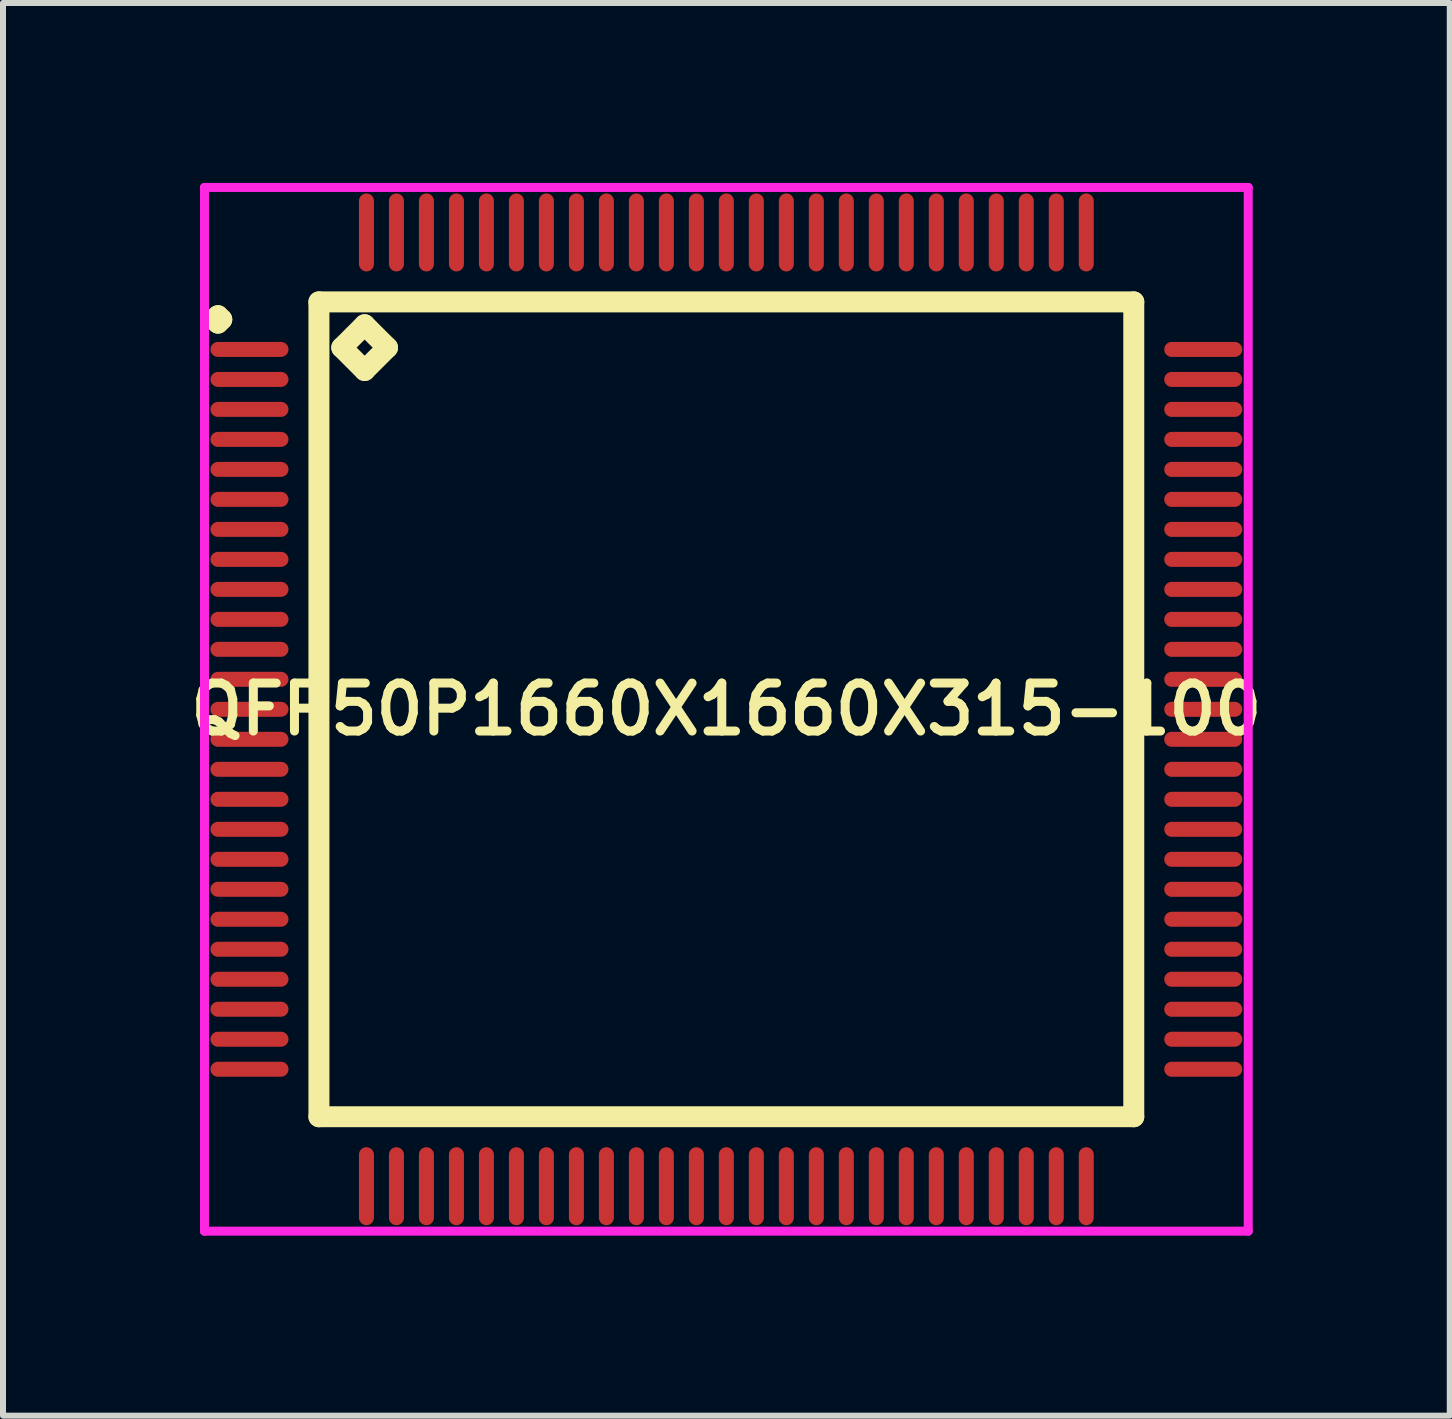
<source format=kicad_pcb>
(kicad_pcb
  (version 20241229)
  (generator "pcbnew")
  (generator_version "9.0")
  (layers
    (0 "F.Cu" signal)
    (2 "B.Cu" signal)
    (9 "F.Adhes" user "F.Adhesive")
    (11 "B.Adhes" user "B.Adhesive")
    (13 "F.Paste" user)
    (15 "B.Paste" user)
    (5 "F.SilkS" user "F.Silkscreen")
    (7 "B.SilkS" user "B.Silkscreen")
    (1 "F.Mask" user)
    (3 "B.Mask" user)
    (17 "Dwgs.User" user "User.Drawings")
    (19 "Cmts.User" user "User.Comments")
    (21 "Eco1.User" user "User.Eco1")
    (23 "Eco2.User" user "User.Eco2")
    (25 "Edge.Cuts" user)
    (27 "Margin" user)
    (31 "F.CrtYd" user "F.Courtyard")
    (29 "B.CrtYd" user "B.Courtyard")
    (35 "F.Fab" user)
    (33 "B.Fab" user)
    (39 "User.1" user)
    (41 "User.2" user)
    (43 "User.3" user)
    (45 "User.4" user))
  (footprint "QFP50P1660X1660X315-100"
    (layer "F.Cu")
    (at 9.059 8.775)
    (property "Reference" "QFP50P1660X1660X315-100" (at 0 0 0) (layer "F.SilkS") (effects (font (size 0.8 0.8) (thickness 0.15))))
    (attr through_hole)
    (fp_line (start -8.537 -6.5) (end -8.475 -6.562) (stroke (width 0.35) (type solid)) (layer "F.SilkS"))
    (fp_line (start -8.475 -6.562) (end -8.412 -6.5) (stroke (width 0.35) (type solid)) (layer "F.SilkS"))
    (fp_line (start -8.475 -6.438) (end -8.537 -6.5) (stroke (width 0.35) (type solid)) (layer "F.SilkS"))
    (fp_line (start -8.412 -6.5) (end -8.475 -6.438) (stroke (width 0.35) (type solid)) (layer "F.SilkS"))
    (fp_line (start -6.792 -6.792) (end -6.792 6.792) (stroke (width 0.35) (type solid)) (layer "F.SilkS"))
    (fp_line (start -6.792 6.792) (end 6.792 6.792) (stroke (width 0.35) (type solid)) (layer "F.SilkS"))
    (fp_line (start -6.411 -6.03) (end -6.03 -6.411) (stroke (width 0.35) (type solid)) (layer "F.SilkS"))
    (fp_line (start -6.03 -6.411) (end -5.649 -6.03) (stroke (width 0.35) (type solid)) (layer "F.SilkS"))
    (fp_line (start -6.03 -5.649) (end -6.411 -6.03) (stroke (width 0.35) (type solid)) (layer "F.SilkS"))
    (fp_line (start -5.649 -6.03) (end -6.03 -5.649) (stroke (width 0.35) (type solid)) (layer "F.SilkS"))
    (fp_line (start 6.792 -6.792) (end -6.792 -6.792) (stroke (width 0.35) (type solid)) (layer "F.SilkS"))
    (fp_line (start 6.792 6.792) (end 6.792 -6.792) (stroke (width 0.35) (type solid)) (layer "F.SilkS"))
    (fp_line (start -8.7 -8.7) (end 8.7 -8.7) (stroke (width 0.15) (type solid)) (layer "F.CrtYd"))
    (fp_line (start -8.7 8.7) (end -8.7 -8.7) (stroke (width 0.15) (type solid)) (layer "F.CrtYd"))
    (fp_line (start 8.7 -8.7) (end 8.7 8.7) (stroke (width 0.15) (type solid)) (layer "F.CrtYd"))
    (fp_line (start 8.7 8.7) (end -8.7 8.7) (stroke (width 0.15) (type solid)) (layer "F.CrtYd"))
    (pad "1" smd oval (at -7.95 -6) (size 1.3 0.25) (layers "F.Cu" "F.Mask" "F.Paste"))
    (pad "2" smd oval (at -7.95 -5.5) (size 1.3 0.25) (layers "F.Cu" "F.Mask" "F.Paste"))
    (pad "3" smd oval (at -7.95 -5) (size 1.3 0.25) (layers "F.Cu" "F.Mask" "F.Paste"))
    (pad "4" smd oval (at -7.95 -4.5) (size 1.3 0.25) (layers "F.Cu" "F.Mask" "F.Paste"))
    (pad "5" smd oval (at -7.95 -4) (size 1.3 0.25) (layers "F.Cu" "F.Mask" "F.Paste"))
    (pad "6" smd oval (at -7.95 -3.5) (size 1.3 0.25) (layers "F.Cu" "F.Mask" "F.Paste"))
    (pad "7" smd oval (at -7.95 -3) (size 1.3 0.25) (layers "F.Cu" "F.Mask" "F.Paste"))
    (pad "8" smd oval (at -7.95 -2.5) (size 1.3 0.25) (layers "F.Cu" "F.Mask" "F.Paste"))
    (pad "9" smd oval (at -7.95 -2) (size 1.3 0.25) (layers "F.Cu" "F.Mask" "F.Paste"))
    (pad "10" smd oval (at -7.95 -1.5) (size 1.3 0.25) (layers "F.Cu" "F.Mask" "F.Paste"))
    (pad "11" smd oval (at -7.95 -1) (size 1.3 0.25) (layers "F.Cu" "F.Mask" "F.Paste"))
    (pad "12" smd oval (at -7.95 -0.5) (size 1.3 0.25) (layers "F.Cu" "F.Mask" "F.Paste"))
    (pad "13" smd oval (at -7.95 0) (size 1.3 0.25) (layers "F.Cu" "F.Mask" "F.Paste"))
    (pad "14" smd oval (at -7.95 0.5) (size 1.3 0.25) (layers "F.Cu" "F.Mask" "F.Paste"))
    (pad "15" smd oval (at -7.95 1) (size 1.3 0.25) (layers "F.Cu" "F.Mask" "F.Paste"))
    (pad "16" smd oval (at -7.95 1.5) (size 1.3 0.25) (layers "F.Cu" "F.Mask" "F.Paste"))
    (pad "17" smd oval (at -7.95 2) (size 1.3 0.25) (layers "F.Cu" "F.Mask" "F.Paste"))
    (pad "18" smd oval (at -7.95 2.5) (size 1.3 0.25) (layers "F.Cu" "F.Mask" "F.Paste"))
    (pad "19" smd oval (at -7.95 3) (size 1.3 0.25) (layers "F.Cu" "F.Mask" "F.Paste"))
    (pad "20" smd oval (at -7.95 3.5) (size 1.3 0.25) (layers "F.Cu" "F.Mask" "F.Paste"))
    (pad "21" smd oval (at -7.95 4) (size 1.3 0.25) (layers "F.Cu" "F.Mask" "F.Paste"))
    (pad "22" smd oval (at -7.95 4.5) (size 1.3 0.25) (layers "F.Cu" "F.Mask" "F.Paste"))
    (pad "23" smd oval (at -7.95 5) (size 1.3 0.25) (layers "F.Cu" "F.Mask" "F.Paste"))
    (pad "24" smd oval (at -7.95 5.5) (size 1.3 0.25) (layers "F.Cu" "F.Mask" "F.Paste"))
    (pad "25" smd oval (at -7.95 6) (size 1.3 0.25) (layers "F.Cu" "F.Mask" "F.Paste"))
    (pad "26" smd oval (at -6 7.95) (size 0.25 1.3) (layers "F.Cu" "F.Mask" "F.Paste"))
    (pad "27" smd oval (at -5.5 7.95) (size 0.25 1.3) (layers "F.Cu" "F.Mask" "F.Paste"))
    (pad "28" smd oval (at -5 7.95) (size 0.25 1.3) (layers "F.Cu" "F.Mask" "F.Paste"))
    (pad "29" smd oval (at -4.5 7.95) (size 0.25 1.3) (layers "F.Cu" "F.Mask" "F.Paste"))
    (pad "30" smd oval (at -4 7.95) (size 0.25 1.3) (layers "F.Cu" "F.Mask" "F.Paste"))
    (pad "31" smd oval (at -3.5 7.95) (size 0.25 1.3) (layers "F.Cu" "F.Mask" "F.Paste"))
    (pad "32" smd oval (at -3 7.95) (size 0.25 1.3) (layers "F.Cu" "F.Mask" "F.Paste"))
    (pad "33" smd oval (at -2.5 7.95) (size 0.25 1.3) (layers "F.Cu" "F.Mask" "F.Paste"))
    (pad "34" smd oval (at -2 7.95) (size 0.25 1.3) (layers "F.Cu" "F.Mask" "F.Paste"))
    (pad "35" smd oval (at -1.5 7.95) (size 0.25 1.3) (layers "F.Cu" "F.Mask" "F.Paste"))
    (pad "36" smd oval (at -1 7.95) (size 0.25 1.3) (layers "F.Cu" "F.Mask" "F.Paste"))
    (pad "37" smd oval (at -0.5 7.95) (size 0.25 1.3) (layers "F.Cu" "F.Mask" "F.Paste"))
    (pad "38" smd oval (at 0 7.95) (size 0.25 1.3) (layers "F.Cu" "F.Mask" "F.Paste"))
    (pad "39" smd oval (at 0.5 7.95) (size 0.25 1.3) (layers "F.Cu" "F.Mask" "F.Paste"))
    (pad "40" smd oval (at 1 7.95) (size 0.25 1.3) (layers "F.Cu" "F.Mask" "F.Paste"))
    (pad "41" smd oval (at 1.5 7.95) (size 0.25 1.3) (layers "F.Cu" "F.Mask" "F.Paste"))
    (pad "42" smd oval (at 2 7.95) (size 0.25 1.3) (layers "F.Cu" "F.Mask" "F.Paste"))
    (pad "43" smd oval (at 2.5 7.95) (size 0.25 1.3) (layers "F.Cu" "F.Mask" "F.Paste"))
    (pad "44" smd oval (at 3 7.95) (size 0.25 1.3) (layers "F.Cu" "F.Mask" "F.Paste"))
    (pad "45" smd oval (at 3.5 7.95) (size 0.25 1.3) (layers "F.Cu" "F.Mask" "F.Paste"))
    (pad "46" smd oval (at 4 7.95) (size 0.25 1.3) (layers "F.Cu" "F.Mask" "F.Paste"))
    (pad "47" smd oval (at 4.5 7.95) (size 0.25 1.3) (layers "F.Cu" "F.Mask" "F.Paste"))
    (pad "48" smd oval (at 5 7.95) (size 0.25 1.3) (layers "F.Cu" "F.Mask" "F.Paste"))
    (pad "49" smd oval (at 5.5 7.95) (size 0.25 1.3) (layers "F.Cu" "F.Mask" "F.Paste"))
    (pad "50" smd oval (at 6 7.95) (size 0.25 1.3) (layers "F.Cu" "F.Mask" "F.Paste"))
    (pad "51" smd oval (at 7.95 6) (size 1.3 0.25) (layers "F.Cu" "F.Mask" "F.Paste"))
    (pad "52" smd oval (at 7.95 5.5) (size 1.3 0.25) (layers "F.Cu" "F.Mask" "F.Paste"))
    (pad "53" smd oval (at 7.95 5) (size 1.3 0.25) (layers "F.Cu" "F.Mask" "F.Paste"))
    (pad "54" smd oval (at 7.95 4.5) (size 1.3 0.25) (layers "F.Cu" "F.Mask" "F.Paste"))
    (pad "55" smd oval (at 7.95 4) (size 1.3 0.25) (layers "F.Cu" "F.Mask" "F.Paste"))
    (pad "56" smd oval (at 7.95 3.5) (size 1.3 0.25) (layers "F.Cu" "F.Mask" "F.Paste"))
    (pad "57" smd oval (at 7.95 3) (size 1.3 0.25) (layers "F.Cu" "F.Mask" "F.Paste"))
    (pad "58" smd oval (at 7.95 2.5) (size 1.3 0.25) (layers "F.Cu" "F.Mask" "F.Paste"))
    (pad "59" smd oval (at 7.95 2) (size 1.3 0.25) (layers "F.Cu" "F.Mask" "F.Paste"))
    (pad "60" smd oval (at 7.95 1.5) (size 1.3 0.25) (layers "F.Cu" "F.Mask" "F.Paste"))
    (pad "61" smd oval (at 7.95 1) (size 1.3 0.25) (layers "F.Cu" "F.Mask" "F.Paste"))
    (pad "62" smd oval (at 7.95 0.5) (size 1.3 0.25) (layers "F.Cu" "F.Mask" "F.Paste"))
    (pad "63" smd oval (at 7.95 0) (size 1.3 0.25) (layers "F.Cu" "F.Mask" "F.Paste"))
    (pad "64" smd oval (at 7.95 -0.5) (size 1.3 0.25) (layers "F.Cu" "F.Mask" "F.Paste"))
    (pad "65" smd oval (at 7.95 -1) (size 1.3 0.25) (layers "F.Cu" "F.Mask" "F.Paste"))
    (pad "66" smd oval (at 7.95 -1.5) (size 1.3 0.25) (layers "F.Cu" "F.Mask" "F.Paste"))
    (pad "67" smd oval (at 7.95 -2) (size 1.3 0.25) (layers "F.Cu" "F.Mask" "F.Paste"))
    (pad "68" smd oval (at 7.95 -2.5) (size 1.3 0.25) (layers "F.Cu" "F.Mask" "F.Paste"))
    (pad "69" smd oval (at 7.95 -3) (size 1.3 0.25) (layers "F.Cu" "F.Mask" "F.Paste"))
    (pad "70" smd oval (at 7.95 -3.5) (size 1.3 0.25) (layers "F.Cu" "F.Mask" "F.Paste"))
    (pad "71" smd oval (at 7.95 -4) (size 1.3 0.25) (layers "F.Cu" "F.Mask" "F.Paste"))
    (pad "72" smd oval (at 7.95 -4.5) (size 1.3 0.25) (layers "F.Cu" "F.Mask" "F.Paste"))
    (pad "73" smd oval (at 7.95 -5) (size 1.3 0.25) (layers "F.Cu" "F.Mask" "F.Paste"))
    (pad "74" smd oval (at 7.95 -5.5) (size 1.3 0.25) (layers "F.Cu" "F.Mask" "F.Paste"))
    (pad "75" smd oval (at 7.95 -6) (size 1.3 0.25) (layers "F.Cu" "F.Mask" "F.Paste"))
    (pad "76" smd oval (at 6 -7.95) (size 0.25 1.3) (layers "F.Cu" "F.Mask" "F.Paste"))
    (pad "77" smd oval (at 5.5 -7.95) (size 0.25 1.3) (layers "F.Cu" "F.Mask" "F.Paste"))
    (pad "78" smd oval (at 5 -7.95) (size 0.25 1.3) (layers "F.Cu" "F.Mask" "F.Paste"))
    (pad "79" smd oval (at 4.5 -7.95) (size 0.25 1.3) (layers "F.Cu" "F.Mask" "F.Paste"))
    (pad "80" smd oval (at 4 -7.95) (size 0.25 1.3) (layers "F.Cu" "F.Mask" "F.Paste"))
    (pad "81" smd oval (at 3.5 -7.95) (size 0.25 1.3) (layers "F.Cu" "F.Mask" "F.Paste"))
    (pad "82" smd oval (at 3 -7.95) (size 0.25 1.3) (layers "F.Cu" "F.Mask" "F.Paste"))
    (pad "83" smd oval (at 2.5 -7.95) (size 0.25 1.3) (layers "F.Cu" "F.Mask" "F.Paste"))
    (pad "84" smd oval (at 2 -7.95) (size 0.25 1.3) (layers "F.Cu" "F.Mask" "F.Paste"))
    (pad "85" smd oval (at 1.5 -7.95) (size 0.25 1.3) (layers "F.Cu" "F.Mask" "F.Paste"))
    (pad "86" smd oval (at 1 -7.95) (size 0.25 1.3) (layers "F.Cu" "F.Mask" "F.Paste"))
    (pad "87" smd oval (at 0.5 -7.95) (size 0.25 1.3) (layers "F.Cu" "F.Mask" "F.Paste"))
    (pad "88" smd oval (at 0 -7.95) (size 0.25 1.3) (layers "F.Cu" "F.Mask" "F.Paste"))
    (pad "89" smd oval (at -0.5 -7.95) (size 0.25 1.3) (layers "F.Cu" "F.Mask" "F.Paste"))
    (pad "90" smd oval (at -1 -7.95) (size 0.25 1.3) (layers "F.Cu" "F.Mask" "F.Paste"))
    (pad "91" smd oval (at -1.5 -7.95) (size 0.25 1.3) (layers "F.Cu" "F.Mask" "F.Paste"))
    (pad "92" smd oval (at -2 -7.95) (size 0.25 1.3) (layers "F.Cu" "F.Mask" "F.Paste"))
    (pad "93" smd oval (at -2.5 -7.95) (size 0.25 1.3) (layers "F.Cu" "F.Mask" "F.Paste"))
    (pad "94" smd oval (at -3 -7.95) (size 0.25 1.3) (layers "F.Cu" "F.Mask" "F.Paste"))
    (pad "95" smd oval (at -3.5 -7.95) (size 0.25 1.3) (layers "F.Cu" "F.Mask" "F.Paste"))
    (pad "96" smd oval (at -4 -7.95) (size 0.25 1.3) (layers "F.Cu" "F.Mask" "F.Paste"))
    (pad "97" smd oval (at -4.5 -7.95) (size 0.25 1.3) (layers "F.Cu" "F.Mask" "F.Paste"))
    (pad "98" smd oval (at -5 -7.95) (size 0.25 1.3) (layers "F.Cu" "F.Mask" "F.Paste"))
    (pad "99" smd oval (at -5.5 -7.95) (size 0.25 1.3) (layers "F.Cu" "F.Mask" "F.Paste"))
    (pad "100" smd oval (at -6 -7.95) (size 0.25 1.3) (layers "F.Cu" "F.Mask" "F.Paste")))
  (gr_rect
    (start -3 -3)
    (end 21.119 20.55)
    (stroke (width 0.1) (type default))
    (fill no)
    (layer "Edge.Cuts")))
</source>
